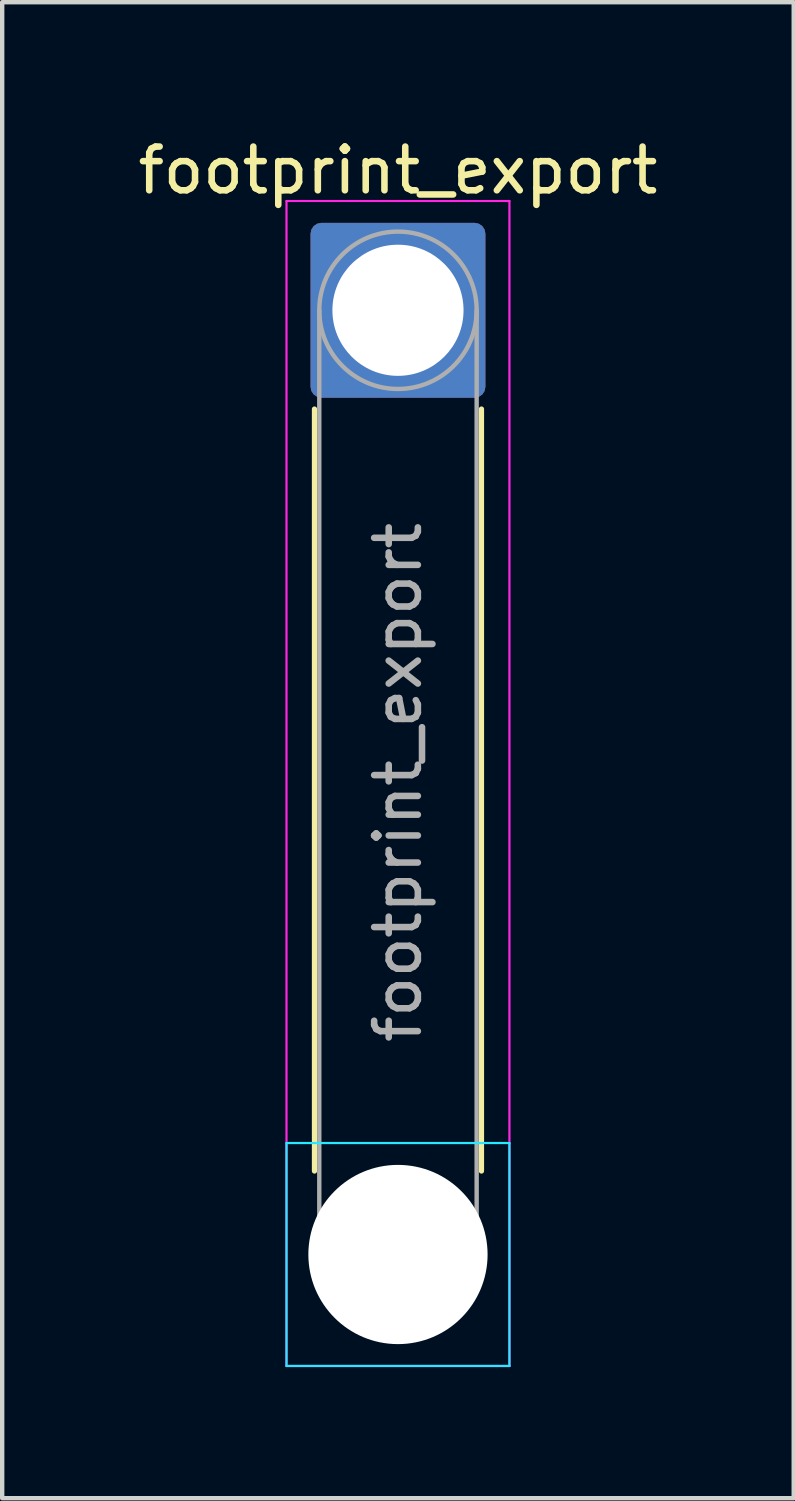
<source format=kicad_pcb>
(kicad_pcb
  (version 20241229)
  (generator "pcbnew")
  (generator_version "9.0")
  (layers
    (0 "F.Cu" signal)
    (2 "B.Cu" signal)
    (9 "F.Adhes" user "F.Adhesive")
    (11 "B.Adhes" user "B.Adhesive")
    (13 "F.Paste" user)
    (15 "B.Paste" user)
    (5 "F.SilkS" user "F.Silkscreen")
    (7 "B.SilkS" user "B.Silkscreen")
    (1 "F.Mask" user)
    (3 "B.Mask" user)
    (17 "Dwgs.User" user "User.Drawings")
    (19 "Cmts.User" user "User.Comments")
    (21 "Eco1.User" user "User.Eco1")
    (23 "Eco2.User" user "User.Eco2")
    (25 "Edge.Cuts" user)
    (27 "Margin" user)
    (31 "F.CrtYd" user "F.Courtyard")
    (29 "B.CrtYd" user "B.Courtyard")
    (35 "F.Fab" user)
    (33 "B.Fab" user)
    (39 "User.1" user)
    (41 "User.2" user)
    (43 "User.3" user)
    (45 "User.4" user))
  (footprint "footprint_export"
    (layer "F.Cu")
    (at 6.054 4.048)
    (property "Reference" "footprint_export" (at 0 -3.2 0) (layer "F.SilkS") (effects (font (size 1 1) (thickness 0.15))))
    (attr exclude_from_pos_files exclude_from_bom)
    (fp_line (start -1.91 2.26) (end -1.91 19.69) (stroke (width 0.12) (type solid)) (layer "F.SilkS"))
    (fp_line (start 1.91 2.26) (end 1.91 19.69) (stroke (width 0.12) (type solid)) (layer "F.SilkS"))
    (fp_line (start -2.55 19.05) (end -2.55 24.15) (stroke (width 0.05) (type solid)) (layer "B.CrtYd"))
    (fp_line (start -2.55 24.15) (end 2.55 24.15) (stroke (width 0.05) (type solid)) (layer "B.CrtYd"))
    (fp_line (start 2.55 19.05) (end -2.55 19.05) (stroke (width 0.05) (type solid)) (layer "B.CrtYd"))
    (fp_line (start 2.55 24.15) (end 2.55 19.05) (stroke (width 0.05) (type solid)) (layer "B.CrtYd"))
    (fp_line (start -2.55 -2.5) (end -2.55 24.15) (stroke (width 0.05) (type solid)) (layer "F.CrtYd"))
    (fp_line (start -2.55 24.15) (end 2.55 24.15) (stroke (width 0.05) (type solid)) (layer "F.CrtYd"))
    (fp_line (start 2.55 -2.5) (end -2.55 -2.5) (stroke (width 0.05) (type solid)) (layer "F.CrtYd"))
    (fp_line (start 2.55 24.15) (end 2.55 -2.5) (stroke (width 0.05) (type solid)) (layer "F.CrtYd"))
    (fp_line (start -1.8 0) (end -1.8 21.6) (stroke (width 0.1) (type solid)) (layer "F.Fab"))
    (fp_line (start 1.8 0) (end 1.8 21.6) (stroke (width 0.1) (type solid)) (layer "F.Fab"))
    (fp_circle (center 0 0) (end 1.8 0) (stroke (width 0.1) (type solid)) (fill no) (layer "F.Fab"))
    (fp_circle (center 0 21.6) (end 1.8 21.6) (stroke (width 0.1) (type solid)) (fill no) (layer "F.Fab"))
    (fp_text user "${REFERENCE}" (at 0 10.8 90) (layer "F.Fab") (effects (font (size 1 1) (thickness 0.15))))
    (pad "" np_thru_hole circle (at 0 21.6) (size 4.1 4.1) (drill 4.1) (layers "*.Cu" "*.Mask"))
    (pad "1" thru_hole roundrect (at 0 0) (size 4 4) (drill 3) (layers "*.Cu" "*.Mask") (roundrect_rratio 0.062)))
  (gr_rect
    (start -3 -3)
    (end 15.107 31.223)
    (stroke (width 0.1) (type default))
    (fill no)
    (layer "Edge.Cuts")))
</source>
